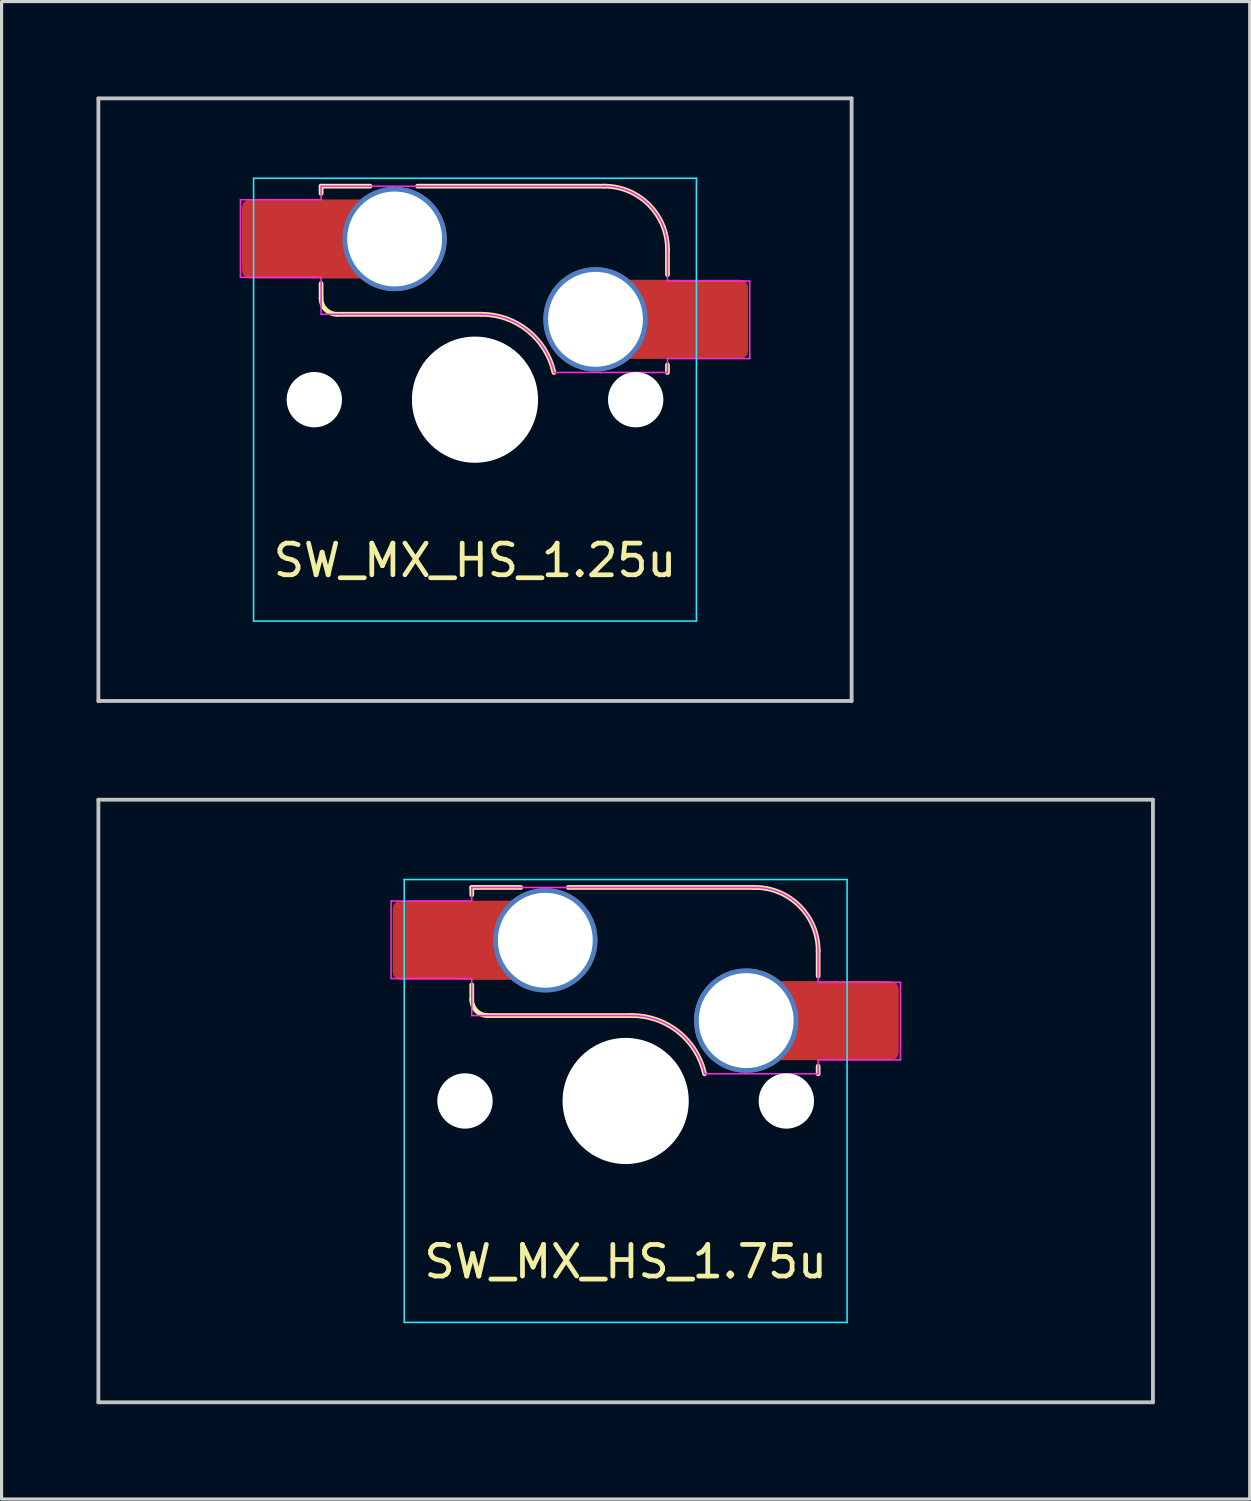
<source format=kicad_pcb>
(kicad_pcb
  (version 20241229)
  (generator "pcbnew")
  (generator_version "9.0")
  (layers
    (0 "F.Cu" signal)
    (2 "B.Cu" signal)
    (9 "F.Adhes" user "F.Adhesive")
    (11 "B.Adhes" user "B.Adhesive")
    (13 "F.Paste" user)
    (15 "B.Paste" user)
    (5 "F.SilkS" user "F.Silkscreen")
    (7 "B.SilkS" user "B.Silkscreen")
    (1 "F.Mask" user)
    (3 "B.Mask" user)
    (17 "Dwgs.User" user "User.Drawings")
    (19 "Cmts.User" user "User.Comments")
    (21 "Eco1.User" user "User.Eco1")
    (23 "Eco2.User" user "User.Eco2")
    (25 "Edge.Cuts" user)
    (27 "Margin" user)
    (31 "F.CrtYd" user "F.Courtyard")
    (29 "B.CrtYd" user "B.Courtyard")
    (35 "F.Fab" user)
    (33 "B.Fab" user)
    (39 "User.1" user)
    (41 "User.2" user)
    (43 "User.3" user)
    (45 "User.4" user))
  (footprint "SW_MX_HS_1.75u"
    (layer "F.Cu")
    (at 16.729 31.755)
    (property "Reference" "SW_MX_HS_1.75u" (at 0 5.08 0) (layer "F.SilkS") (effects (font (size 1 1) (thickness 0.15))))
    (attr smd)
    (fp_line (start -4.865 -6.75) (end -4.865 -6.52) (stroke (width 0.15) (type solid)) (layer "F.SilkS"))
    (fp_line (start -4.865 -3.67) (end -4.865 -3.2) (stroke (width 0.15) (type solid)) (layer "F.SilkS"))
    (fp_line (start -4.365 -2.7) (end 0.2 -2.7) (stroke (width 0.15) (type solid)) (layer "F.SilkS"))
    (fp_line (start -3.315 -6.75) (end -4.865 -6.75) (stroke (width 0.15) (type solid)) (layer "F.SilkS"))
    (fp_line (start 4.085 -6.75) (end -1.815 -6.75) (stroke (width 0.15) (type solid)) (layer "F.SilkS"))
    (fp_line (start 6.085 -3.95) (end 6.085 -4.75) (stroke (width 0.15) (type solid)) (layer "F.SilkS"))
    (fp_line (start 6.085 -1.1) (end 6.085 -0.86) (stroke (width 0.15) (type solid)) (layer "F.SilkS"))
    (fp_arc (start -4.364824 -2.70022) (mid -4.718377 -2.846667) (end -4.864824 -3.20022) (stroke (width 0.15) (type solid)) (layer "F.SilkS"))
    (fp_arc (start 0.2 -2.70022) (mid 1.670693 -2.183637) (end 2.494322 -0.86022) (stroke (width 0.15) (type solid)) (layer "F.SilkS"))
    (fp_arc (start 4.085176 -6.75022) (mid 5.49939 -6.164434) (end 6.085176 -4.75022) (stroke (width 0.15) (type solid)) (layer "F.SilkS"))
    (fp_line (start -16.669 -9.525) (end 16.669 -9.525) (stroke (width 0.12) (type solid)) (layer "Dwgs.User"))
    (fp_line (start -16.669 9.525) (end -16.669 -9.525) (stroke (width 0.12) (type solid)) (layer "Dwgs.User"))
    (fp_line (start 16.669 -9.525) (end 16.669 9.525) (stroke (width 0.12) (type solid)) (layer "Dwgs.User"))
    (fp_line (start 16.669 9.525) (end -16.669 9.525) (stroke (width 0.12) (type solid)) (layer "Dwgs.User"))
    (fp_line (start -7 -6.5) (end -7 6.5) (stroke (width 0.05) (type solid)) (layer "Eco2.User"))
    (fp_line (start -6.5 7) (end 6.5 7) (stroke (width 0.05) (type solid)) (layer "Eco2.User"))
    (fp_line (start 6.5 -7) (end -6.5 -7) (stroke (width 0.05) (type solid)) (layer "Eco2.User"))
    (fp_line (start 7 6.5) (end 7 -6.5) (stroke (width 0.05) (type solid)) (layer "Eco2.User"))
    (fp_arc (start -7 -6.5) (mid -6.853553 -6.853553) (end -6.5 -7) (stroke (width 0.05) (type solid)) (layer "Eco2.User"))
    (fp_arc (start -6.497236 6.998884) (mid -6.850789 6.852437) (end -6.997236 6.498884) (stroke (width 0.05) (type solid)) (layer "Eco2.User"))
    (fp_arc (start 6.5 -7) (mid 6.853553 -6.853553) (end 7 -6.5) (stroke (width 0.05) (type solid)) (layer "Eco2.User"))
    (fp_arc (start 7 6.5) (mid 6.853553 6.853553) (end 6.5 7) (stroke (width 0.05) (type solid)) (layer "Eco2.User"))
    (fp_line (start -7 -7) (end 7 -7) (stroke (width 0.05) (type solid)) (layer "B.CrtYd"))
    (fp_line (start -7 7) (end -7 -7) (stroke (width 0.05) (type solid)) (layer "B.CrtYd"))
    (fp_line (start 7 -7) (end 7 7) (stroke (width 0.05) (type solid)) (layer "B.CrtYd"))
    (fp_line (start 7 7) (end -7 7) (stroke (width 0.05) (type solid)) (layer "B.CrtYd"))
    (fp_line (start -7.415 -6.32) (end -4.865 -6.32) (stroke (width 0.05) (type solid)) (layer "F.CrtYd"))
    (fp_line (start -7.415 -3.87) (end -7.415 -6.32) (stroke (width 0.05) (type solid)) (layer "F.CrtYd"))
    (fp_line (start -4.865 -6.75) (end -4.865 -6.32) (stroke (width 0.05) (type solid)) (layer "F.CrtYd"))
    (fp_line (start -4.865 -3.87) (end -7.415 -3.87) (stroke (width 0.05) (type solid)) (layer "F.CrtYd"))
    (fp_line (start -4.865 -3.87) (end -4.865 -2.7) (stroke (width 0.05) (type solid)) (layer "F.CrtYd"))
    (fp_line (start -4.865 -2.7) (end 0.2 -2.7) (stroke (width 0.05) (type solid)) (layer "F.CrtYd"))
    (fp_line (start 4.085 -6.75) (end -4.865 -6.75) (stroke (width 0.05) (type solid)) (layer "F.CrtYd"))
    (fp_line (start 6.085 -3.75) (end 6.085 -4.75) (stroke (width 0.05) (type solid)) (layer "F.CrtYd"))
    (fp_line (start 6.085 -3.75) (end 8.685 -3.75) (stroke (width 0.05) (type solid)) (layer "F.CrtYd"))
    (fp_line (start 6.085 -1.3) (end 6.085 -0.86) (stroke (width 0.05) (type solid)) (layer "F.CrtYd"))
    (fp_line (start 6.085 -0.86) (end 2.494 -0.86) (stroke (width 0.05) (type solid)) (layer "F.CrtYd"))
    (fp_line (start 8.685 -3.75) (end 8.685 -1.3) (stroke (width 0.05) (type solid)) (layer "F.CrtYd"))
    (fp_line (start 8.685 -1.3) (end 6.085 -1.3) (stroke (width 0.05) (type solid)) (layer "F.CrtYd"))
    (fp_arc (start 0.2 -2.70022) (mid 1.670503 -2.183399) (end 2.494322 -0.86022) (stroke (width 0.05) (type solid)) (layer "F.CrtYd"))
    (fp_arc (start 4.085176 -6.75022) (mid 5.49939 -6.164434) (end 6.085176 -4.75022) (stroke (width 0.05) (type solid)) (layer "F.CrtYd"))
    (pad "" np_thru_hole circle (at -5.08 0) (size 1.75 1.75) (drill 1.75) (layers "*.Cu" "*.Mask"))
    (pad "" np_thru_hole circle (at 0 0) (size 3.988 3.988) (drill 3.988) (layers "*.Cu" "*.Mask"))
    (pad "" np_thru_hole circle (at 5.08 0) (size 1.75 1.75) (drill 1.75) (layers "*.Cu" "*.Mask"))
    (pad "1" thru_hole circle (at 3.81 -2.54) (size 3.3 3.3) (drill 3) (layers "*.Cu" "*.Mask"))
    (pad "1" smd rect (at 5.635 -2.54 180) (size 1.65 2.5) (layers "F.Cu"))
    (pad "1" smd roundrect (at 7.36 -2.54) (size 2.55 2.5) (layers "F.Cu" "F.Mask" "F.Paste") (roundrect_rratio 0.1))
    (pad "2" smd roundrect (at -6.09 -5.08) (size 2.55 2.5) (layers "F.Cu" "F.Mask" "F.Paste") (roundrect_rratio 0.1))
    (pad "2" smd rect (at -4.34 -5.08) (size 1.65 2.5) (layers "F.Cu"))
    (pad "2" thru_hole circle (at -2.54 -5.08) (size 3.3 3.3) (drill 3) (layers "*.Cu" "*.Mask")))
  (footprint "SW_MX_HS_1.25u"
    (layer "F.Cu")
    (at 11.966 9.585)
    (property "Reference" "SW_MX_HS_1.25u" (at 0 5.08 0) (layer "F.SilkS") (effects (font (size 1 1) (thickness 0.15))))
    (attr smd)
    (fp_line (start -4.865 -6.75) (end -4.865 -6.52) (stroke (width 0.15) (type solid)) (layer "F.SilkS"))
    (fp_line (start -4.865 -3.67) (end -4.865 -3.2) (stroke (width 0.15) (type solid)) (layer "F.SilkS"))
    (fp_line (start -4.365 -2.7) (end 0.2 -2.7) (stroke (width 0.15) (type solid)) (layer "F.SilkS"))
    (fp_line (start -3.315 -6.75) (end -4.865 -6.75) (stroke (width 0.15) (type solid)) (layer "F.SilkS"))
    (fp_line (start 4.085 -6.75) (end -1.815 -6.75) (stroke (width 0.15) (type solid)) (layer "F.SilkS"))
    (fp_line (start 6.085 -3.95) (end 6.085 -4.75) (stroke (width 0.15) (type solid)) (layer "F.SilkS"))
    (fp_line (start 6.085 -1.1) (end 6.085 -0.86) (stroke (width 0.15) (type solid)) (layer "F.SilkS"))
    (fp_arc (start -4.364824 -2.70022) (mid -4.718377 -2.846667) (end -4.864824 -3.20022) (stroke (width 0.15) (type solid)) (layer "F.SilkS"))
    (fp_arc (start 0.2 -2.70022) (mid 1.670693 -2.183637) (end 2.494322 -0.86022) (stroke (width 0.15) (type solid)) (layer "F.SilkS"))
    (fp_arc (start 4.085176 -6.75022) (mid 5.49939 -6.164434) (end 6.085176 -4.75022) (stroke (width 0.15) (type solid)) (layer "F.SilkS"))
    (fp_line (start -11.906 -9.525) (end 11.906 -9.525) (stroke (width 0.12) (type solid)) (layer "Dwgs.User"))
    (fp_line (start -11.906 9.525) (end -11.906 -9.525) (stroke (width 0.12) (type solid)) (layer "Dwgs.User"))
    (fp_line (start 11.906 -9.525) (end 11.906 9.525) (stroke (width 0.12) (type solid)) (layer "Dwgs.User"))
    (fp_line (start 11.906 9.525) (end -11.906 9.525) (stroke (width 0.12) (type solid)) (layer "Dwgs.User"))
    (fp_line (start -7 -6.5) (end -7 6.5) (stroke (width 0.05) (type solid)) (layer "Eco2.User"))
    (fp_line (start -6.5 7) (end 6.5 7) (stroke (width 0.05) (type solid)) (layer "Eco2.User"))
    (fp_line (start 6.5 -7) (end -6.5 -7) (stroke (width 0.05) (type solid)) (layer "Eco2.User"))
    (fp_line (start 7 6.5) (end 7 -6.5) (stroke (width 0.05) (type solid)) (layer "Eco2.User"))
    (fp_arc (start -7 -6.5) (mid -6.853553 -6.853553) (end -6.5 -7) (stroke (width 0.05) (type solid)) (layer "Eco2.User"))
    (fp_arc (start -6.497236 6.998884) (mid -6.850789 6.852437) (end -6.997236 6.498884) (stroke (width 0.05) (type solid)) (layer "Eco2.User"))
    (fp_arc (start 6.5 -7) (mid 6.853553 -6.853553) (end 7 -6.5) (stroke (width 0.05) (type solid)) (layer "Eco2.User"))
    (fp_arc (start 7 6.5) (mid 6.853553 6.853553) (end 6.5 7) (stroke (width 0.05) (type solid)) (layer "Eco2.User"))
    (fp_line (start -7 -7) (end 7 -7) (stroke (width 0.05) (type solid)) (layer "B.CrtYd"))
    (fp_line (start -7 7) (end -7 -7) (stroke (width 0.05) (type solid)) (layer "B.CrtYd"))
    (fp_line (start 7 -7) (end 7 7) (stroke (width 0.05) (type solid)) (layer "B.CrtYd"))
    (fp_line (start 7 7) (end -7 7) (stroke (width 0.05) (type solid)) (layer "B.CrtYd"))
    (fp_line (start -7.415 -6.32) (end -4.865 -6.32) (stroke (width 0.05) (type solid)) (layer "F.CrtYd"))
    (fp_line (start -7.415 -3.87) (end -7.415 -6.32) (stroke (width 0.05) (type solid)) (layer "F.CrtYd"))
    (fp_line (start -4.865 -6.75) (end -4.865 -6.32) (stroke (width 0.05) (type solid)) (layer "F.CrtYd"))
    (fp_line (start -4.865 -3.87) (end -7.415 -3.87) (stroke (width 0.05) (type solid)) (layer "F.CrtYd"))
    (fp_line (start -4.865 -3.87) (end -4.865 -2.7) (stroke (width 0.05) (type solid)) (layer "F.CrtYd"))
    (fp_line (start -4.865 -2.7) (end 0.2 -2.7) (stroke (width 0.05) (type solid)) (layer "F.CrtYd"))
    (fp_line (start 4.085 -6.75) (end -4.865 -6.75) (stroke (width 0.05) (type solid)) (layer "F.CrtYd"))
    (fp_line (start 6.085 -3.75) (end 6.085 -4.75) (stroke (width 0.05) (type solid)) (layer "F.CrtYd"))
    (fp_line (start 6.085 -3.75) (end 8.685 -3.75) (stroke (width 0.05) (type solid)) (layer "F.CrtYd"))
    (fp_line (start 6.085 -1.3) (end 6.085 -0.86) (stroke (width 0.05) (type solid)) (layer "F.CrtYd"))
    (fp_line (start 6.085 -0.86) (end 2.494 -0.86) (stroke (width 0.05) (type solid)) (layer "F.CrtYd"))
    (fp_line (start 8.685 -3.75) (end 8.685 -1.3) (stroke (width 0.05) (type solid)) (layer "F.CrtYd"))
    (fp_line (start 8.685 -1.3) (end 6.085 -1.3) (stroke (width 0.05) (type solid)) (layer "F.CrtYd"))
    (fp_arc (start 0.2 -2.70022) (mid 1.670503 -2.183399) (end 2.494322 -0.86022) (stroke (width 0.05) (type solid)) (layer "F.CrtYd"))
    (fp_arc (start 4.085176 -6.75022) (mid 5.49939 -6.164434) (end 6.085176 -4.75022) (stroke (width 0.05) (type solid)) (layer "F.CrtYd"))
    (pad "" np_thru_hole circle (at -5.08 0) (size 1.75 1.75) (drill 1.75) (layers "*.Cu" "*.Mask"))
    (pad "" np_thru_hole circle (at 0 0) (size 3.988 3.988) (drill 3.988) (layers "*.Cu" "*.Mask"))
    (pad "" np_thru_hole circle (at 5.08 0) (size 1.75 1.75) (drill 1.75) (layers "*.Cu" "*.Mask"))
    (pad "1" thru_hole circle (at 3.81 -2.54) (size 3.3 3.3) (drill 3) (layers "*.Cu" "*.Mask"))
    (pad "1" smd rect (at 5.635 -2.54 180) (size 1.65 2.5) (layers "F.Cu"))
    (pad "1" smd roundrect (at 7.36 -2.54) (size 2.55 2.5) (layers "F.Cu" "F.Mask" "F.Paste") (roundrect_rratio 0.1))
    (pad "2" smd roundrect (at -6.09 -5.08) (size 2.55 2.5) (layers "F.Cu" "F.Mask" "F.Paste") (roundrect_rratio 0.1))
    (pad "2" smd rect (at -4.34 -5.08) (size 1.65 2.5) (layers "F.Cu"))
    (pad "2" thru_hole circle (at -2.54 -5.08) (size 3.3 3.3) (drill 3) (layers "*.Cu" "*.Mask")))
  (gr_rect
    (start -3 -3)
    (end 36.458 44.34)
    (stroke (width 0.1) (type default))
    (fill no)
    (layer "Edge.Cuts")))
</source>
